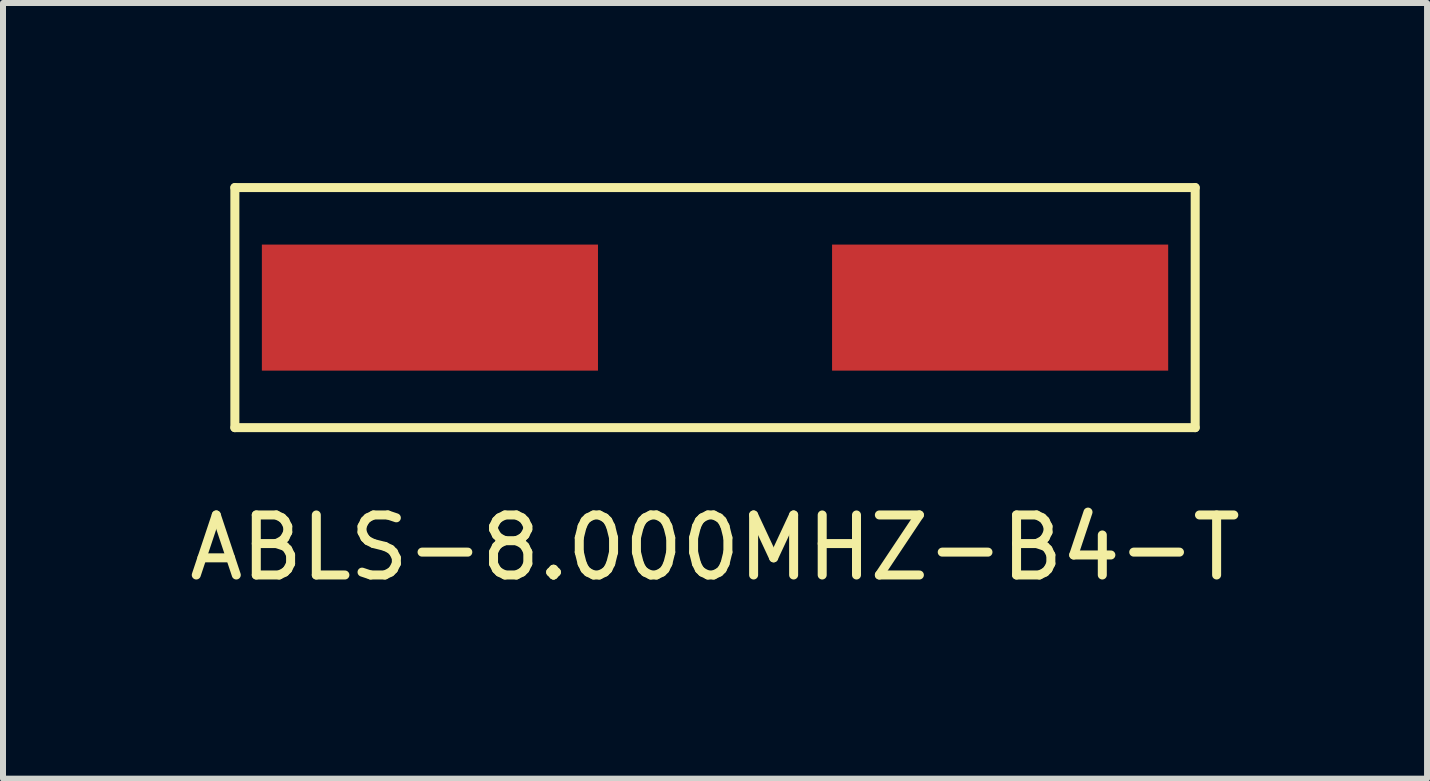
<source format=kicad_pcb>
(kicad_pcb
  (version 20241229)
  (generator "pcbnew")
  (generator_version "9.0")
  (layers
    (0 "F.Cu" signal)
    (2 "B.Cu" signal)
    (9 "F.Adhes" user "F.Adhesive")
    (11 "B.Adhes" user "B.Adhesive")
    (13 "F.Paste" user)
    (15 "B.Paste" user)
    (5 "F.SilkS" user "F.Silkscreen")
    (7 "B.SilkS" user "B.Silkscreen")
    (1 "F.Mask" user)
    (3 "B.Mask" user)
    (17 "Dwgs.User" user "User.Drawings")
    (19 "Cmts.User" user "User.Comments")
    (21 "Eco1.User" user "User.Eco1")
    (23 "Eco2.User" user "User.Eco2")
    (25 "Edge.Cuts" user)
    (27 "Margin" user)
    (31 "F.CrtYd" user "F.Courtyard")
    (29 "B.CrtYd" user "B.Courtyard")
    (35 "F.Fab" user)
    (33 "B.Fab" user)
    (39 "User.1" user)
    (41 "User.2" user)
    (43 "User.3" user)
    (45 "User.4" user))
  (footprint "ABLS-8.000MHZ-B4-T"
    (layer "F.Cu")
    (at 8.863 2.075)
    (property "Reference" "ABLS-8.000MHZ-B4-T" (at 0 4 0) (layer "F.SilkS") (effects (font (size 1 1) (thickness 0.15))))
    (attr through_hole)
    (fp_line (start -8 -2) (end 8 -2) (stroke (width 0.15) (type solid)) (layer "F.SilkS"))
    (fp_line (start -8 2) (end -8 -2) (stroke (width 0.15) (type solid)) (layer "F.SilkS"))
    (fp_line (start 8 -2) (end 8 2) (stroke (width 0.15) (type solid)) (layer "F.SilkS"))
    (fp_line (start 8 2) (end -8 2) (stroke (width 0.15) (type solid)) (layer "F.SilkS"))
    (pad "1" smd rect (at -4.75 0) (size 5.6 2.1) (layers "F.Cu" "F.Mask" "F.Paste"))
    (pad "2" smd rect (at 4.75 0) (size 5.6 2.1) (layers "F.Cu" "F.Mask" "F.Paste")))
  (gr_rect
    (start -3 -3)
    (end 20.726 9.923)
    (stroke (width 0.1) (type default))
    (fill no)
    (layer "Edge.Cuts")))
</source>
